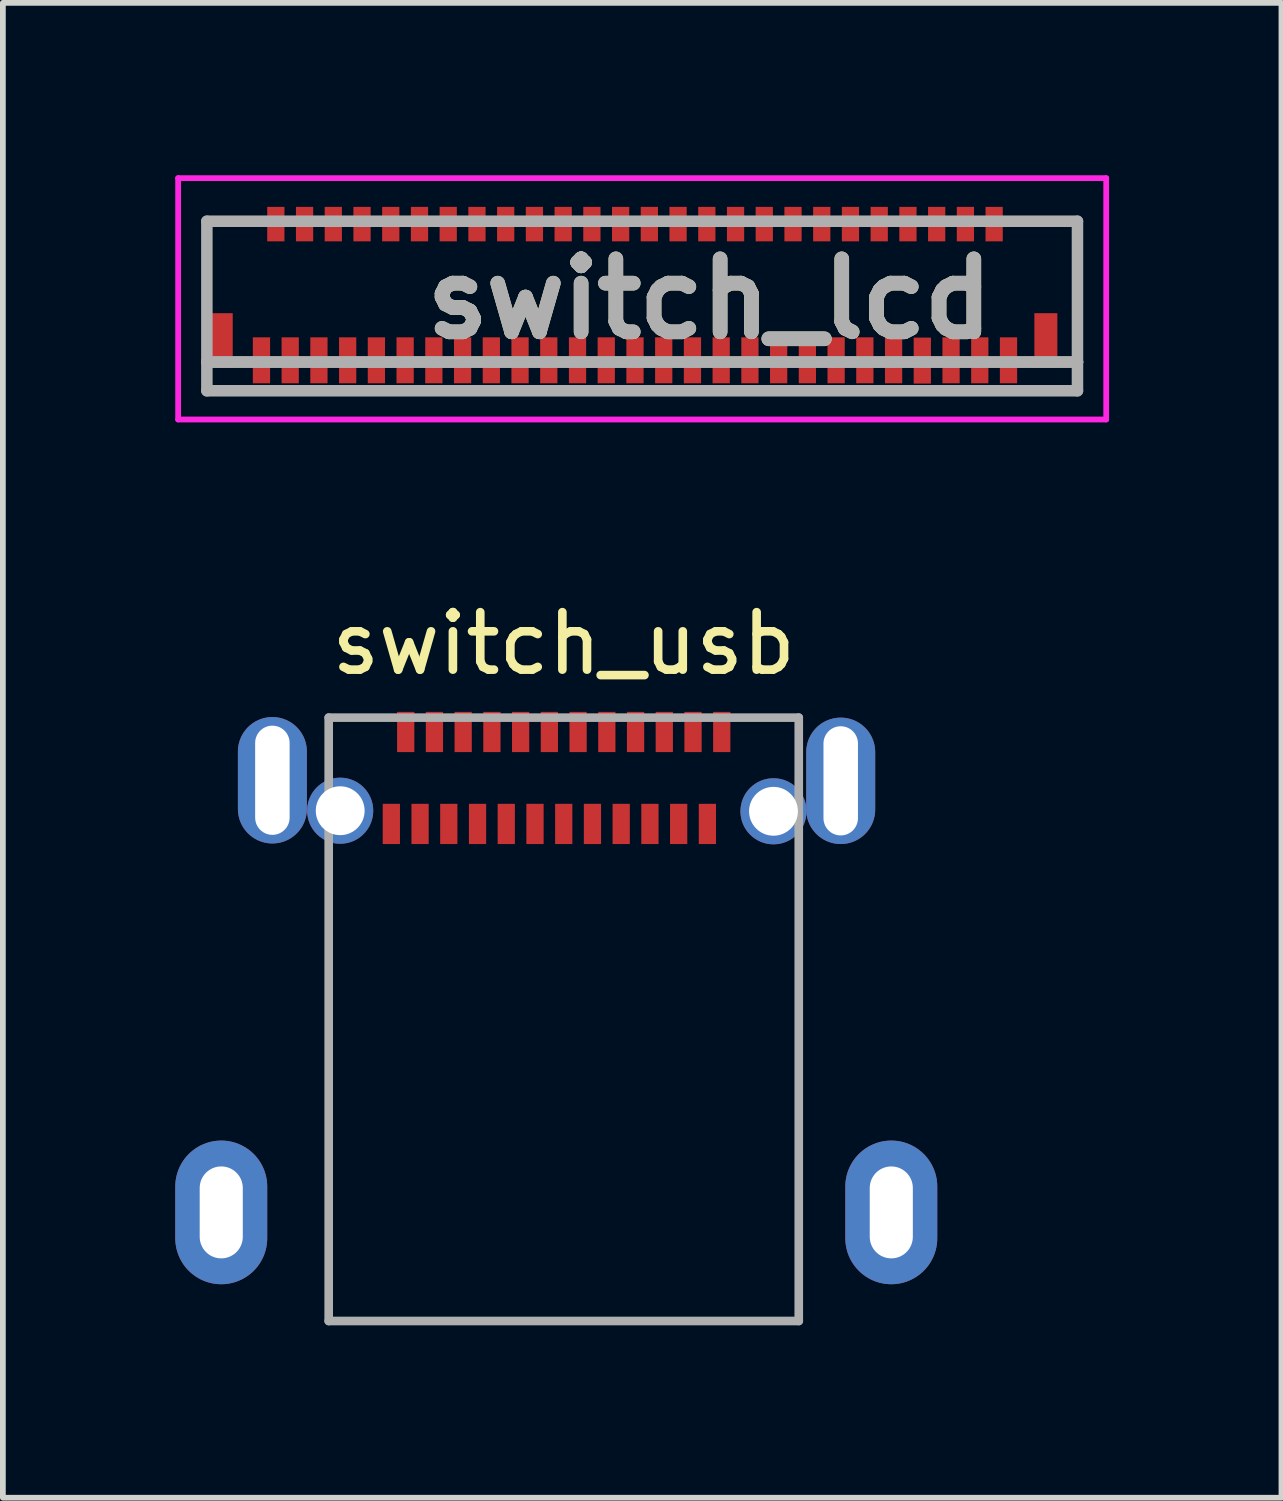
<source format=kicad_pcb>
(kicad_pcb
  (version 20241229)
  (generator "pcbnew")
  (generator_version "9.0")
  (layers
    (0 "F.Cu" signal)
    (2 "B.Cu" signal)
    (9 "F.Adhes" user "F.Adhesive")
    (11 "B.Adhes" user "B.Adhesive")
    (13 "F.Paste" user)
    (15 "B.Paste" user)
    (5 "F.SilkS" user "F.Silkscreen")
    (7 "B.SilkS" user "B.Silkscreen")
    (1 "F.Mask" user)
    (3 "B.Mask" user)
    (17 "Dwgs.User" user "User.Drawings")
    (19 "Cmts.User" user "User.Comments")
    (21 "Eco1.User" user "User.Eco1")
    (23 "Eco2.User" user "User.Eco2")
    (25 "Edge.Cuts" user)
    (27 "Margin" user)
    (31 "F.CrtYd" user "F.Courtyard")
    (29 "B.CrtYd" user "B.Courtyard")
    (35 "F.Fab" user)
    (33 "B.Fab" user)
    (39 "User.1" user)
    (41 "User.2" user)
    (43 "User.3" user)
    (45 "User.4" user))
  (footprint "switch_lcd"
    (layer "F.Cu")
    (at 9.3 2.275)
    (property "Reference" "switch_lcd" (at 0 -0.125 0) (layer "F.SilkS") (effects (font (size 1.27 1.27) (thickness 0.254))))
    (attr smd)
    (fp_line (start -8.75 -1.475) (end -8.75 0.025) (stroke (width 0.1) (type solid)) (layer "F.SilkS"))
    (fp_line (start -8 -1.475) (end -8.75 -1.475) (stroke (width 0.1) (type solid)) (layer "F.SilkS"))
    (fp_line (start -9.25 -2.225) (end 6.9 -2.225) (stroke (width 0.1) (type solid)) (layer "F.CrtYd"))
    (fp_line (start -9.25 1.975) (end -9.25 -2.225) (stroke (width 0.1) (type solid)) (layer "F.CrtYd"))
    (fp_line (start 6.9 -2.225) (end 6.9 1.975) (stroke (width 0.1) (type solid)) (layer "F.CrtYd"))
    (fp_line (start 6.9 1.975) (end -9.25 1.975) (stroke (width 0.1) (type solid)) (layer "F.CrtYd"))
    (fp_line (start -8.75 -1.475) (end 6.4 -1.475) (stroke (width 0.2) (type solid)) (layer "F.Fab"))
    (fp_line (start -8.75 0.975) (end -8.75 -1.475) (stroke (width 0.2) (type solid)) (layer "F.Fab"))
    (fp_line (start -8.75 0.975) (end 6.4 0.975) (stroke (width 0.2) (type solid)) (layer "F.Fab"))
    (fp_line (start -8.75 1.475) (end -8.75 0.975) (stroke (width 0.2) (type solid)) (layer "F.Fab"))
    (fp_line (start 6.4 -1.475) (end 6.4 0.975) (stroke (width 0.2) (type solid)) (layer "F.Fab"))
    (fp_line (start 6.4 0.975) (end -8.75 0.975) (stroke (width 0.2) (type solid)) (layer "F.Fab"))
    (fp_line (start 6.4 0.975) (end 6.4 1.475) (stroke (width 0.2) (type solid)) (layer "F.Fab"))
    (fp_line (start 6.4 1.475) (end -8.75 1.475) (stroke (width 0.2) (type solid)) (layer "F.Fab"))
    (fp_text user "${REFERENCE}" (at 0 -0.125 0) (layer "F.Fab") (effects (font (size 1.27 1.27) (thickness 0.254))))
    (pad "1" smd rect (at -7.8 0.945) (size 0.3 0.8) (layers "F.Cu" "F.Mask" "F.Paste"))
    (pad "2" smd rect (at -7.55 -1.425) (size 0.3 0.6) (layers "F.Cu" "F.Mask" "F.Paste"))
    (pad "3" smd rect (at -7.3 0.945) (size 0.3 0.8) (layers "F.Cu" "F.Mask" "F.Paste"))
    (pad "4" smd rect (at -7.05 -1.425) (size 0.3 0.6) (layers "F.Cu" "F.Mask" "F.Paste"))
    (pad "5" smd rect (at -6.8 0.945) (size 0.3 0.8) (layers "F.Cu" "F.Mask" "F.Paste"))
    (pad "6" smd rect (at -6.55 -1.425) (size 0.3 0.6) (layers "F.Cu" "F.Mask" "F.Paste"))
    (pad "7" smd rect (at -6.3 0.945) (size 0.3 0.8) (layers "F.Cu" "F.Mask" "F.Paste"))
    (pad "8" smd rect (at -6.05 -1.425) (size 0.3 0.6) (layers "F.Cu" "F.Mask" "F.Paste"))
    (pad "9" smd rect (at -5.8 0.945) (size 0.3 0.8) (layers "F.Cu" "F.Mask" "F.Paste"))
    (pad "10" smd rect (at -5.55 -1.425) (size 0.3 0.6) (layers "F.Cu" "F.Mask" "F.Paste"))
    (pad "11" smd rect (at -5.3 0.945) (size 0.3 0.8) (layers "F.Cu" "F.Mask" "F.Paste"))
    (pad "12" smd rect (at -5.05 -1.425) (size 0.3 0.6) (layers "F.Cu" "F.Mask" "F.Paste"))
    (pad "13" smd rect (at -4.8 0.945) (size 0.3 0.8) (layers "F.Cu" "F.Mask" "F.Paste"))
    (pad "14" smd rect (at -4.55 -1.425) (size 0.3 0.6) (layers "F.Cu" "F.Mask" "F.Paste"))
    (pad "15" smd rect (at -4.3 0.945) (size 0.3 0.8) (layers "F.Cu" "F.Mask" "F.Paste"))
    (pad "16" smd rect (at -4.05 -1.425) (size 0.3 0.6) (layers "F.Cu" "F.Mask" "F.Paste"))
    (pad "17" smd rect (at -3.8 0.945) (size 0.3 0.8) (layers "F.Cu" "F.Mask" "F.Paste"))
    (pad "18" smd rect (at -3.55 -1.425) (size 0.3 0.6) (layers "F.Cu" "F.Mask" "F.Paste"))
    (pad "19" smd rect (at -3.3 0.945) (size 0.3 0.8) (layers "F.Cu" "F.Mask" "F.Paste"))
    (pad "20" smd rect (at -3.05 -1.425) (size 0.3 0.6) (layers "F.Cu" "F.Mask" "F.Paste"))
    (pad "21" smd rect (at -2.8 0.945) (size 0.3 0.8) (layers "F.Cu" "F.Mask" "F.Paste"))
    (pad "22" smd rect (at -2.55 -1.425) (size 0.3 0.6) (layers "F.Cu" "F.Mask" "F.Paste"))
    (pad "23" smd rect (at -2.3 0.945) (size 0.3 0.8) (layers "F.Cu" "F.Mask" "F.Paste"))
    (pad "24" smd rect (at -2.05 -1.425) (size 0.3 0.6) (layers "F.Cu" "F.Mask" "F.Paste"))
    (pad "25" smd rect (at -1.8 0.945) (size 0.3 0.8) (layers "F.Cu" "F.Mask" "F.Paste"))
    (pad "26" smd rect (at -1.55 -1.425) (size 0.3 0.6) (layers "F.Cu" "F.Mask" "F.Paste"))
    (pad "27" smd rect (at -1.3 0.945) (size 0.3 0.8) (layers "F.Cu" "F.Mask" "F.Paste"))
    (pad "28" smd rect (at -1.05 -1.425) (size 0.3 0.6) (layers "F.Cu" "F.Mask" "F.Paste"))
    (pad "29" smd rect (at -0.8 0.945) (size 0.3 0.8) (layers "F.Cu" "F.Mask" "F.Paste"))
    (pad "30" smd rect (at -0.55 -1.425) (size 0.3 0.6) (layers "F.Cu" "F.Mask" "F.Paste"))
    (pad "31" smd rect (at -0.3 0.945) (size 0.3 0.8) (layers "F.Cu" "F.Mask" "F.Paste"))
    (pad "32" smd rect (at -0.05 -1.425) (size 0.3 0.6) (layers "F.Cu" "F.Mask" "F.Paste"))
    (pad "33" smd rect (at 0.2 0.945) (size 0.3 0.8) (layers "F.Cu" "F.Mask" "F.Paste"))
    (pad "34" smd rect (at 0.45 -1.425) (size 0.3 0.6) (layers "F.Cu" "F.Mask" "F.Paste"))
    (pad "35" smd rect (at 0.7 0.945) (size 0.3 0.8) (layers "F.Cu" "F.Mask" "F.Paste"))
    (pad "36" smd rect (at 0.95 -1.425) (size 0.3 0.6) (layers "F.Cu" "F.Mask" "F.Paste"))
    (pad "37" smd rect (at 1.2 0.945) (size 0.3 0.8) (layers "F.Cu" "F.Mask" "F.Paste"))
    (pad "38" smd rect (at 1.45 -1.425) (size 0.3 0.6) (layers "F.Cu" "F.Mask" "F.Paste"))
    (pad "39" smd rect (at 1.7 0.945) (size 0.3 0.8) (layers "F.Cu" "F.Mask" "F.Paste"))
    (pad "40" smd rect (at 1.95 -1.425) (size 0.3 0.6) (layers "F.Cu" "F.Mask" "F.Paste"))
    (pad "41" smd rect (at 2.2 0.945) (size 0.3 0.8) (layers "F.Cu" "F.Mask" "F.Paste"))
    (pad "42" smd rect (at 2.45 -1.425) (size 0.3 0.6) (layers "F.Cu" "F.Mask" "F.Paste"))
    (pad "43" smd rect (at 2.7 0.945) (size 0.3 0.8) (layers "F.Cu" "F.Mask" "F.Paste"))
    (pad "44" smd rect (at 2.95 -1.425) (size 0.3 0.6) (layers "F.Cu" "F.Mask" "F.Paste"))
    (pad "45" smd rect (at 3.2 0.945) (size 0.3 0.8) (layers "F.Cu" "F.Mask" "F.Paste"))
    (pad "46" smd rect (at 3.45 -1.425) (size 0.3 0.6) (layers "F.Cu" "F.Mask" "F.Paste"))
    (pad "47" smd rect (at 3.7 0.95) (size 0.3 0.8) (layers "F.Cu" "F.Mask" "F.Paste"))
    (pad "48" smd rect (at 3.95 -1.425) (size 0.3 0.6) (layers "F.Cu" "F.Mask" "F.Paste"))
    (pad "49" smd rect (at 4.2 0.945) (size 0.3 0.8) (layers "F.Cu" "F.Mask" "F.Paste"))
    (pad "50" smd rect (at 4.45 -1.425) (size 0.3 0.6) (layers "F.Cu" "F.Mask" "F.Paste"))
    (pad "51" smd rect (at 4.7 0.945) (size 0.3 0.8) (layers "F.Cu" "F.Mask" "F.Paste"))
    (pad "52" smd rect (at 4.95 -1.425) (size 0.3 0.6) (layers "F.Cu" "F.Mask" "F.Paste"))
    (pad "53" smd rect (at 5.2 0.945) (size 0.3 0.8) (layers "F.Cu" "F.Mask" "F.Paste"))
    (pad "MP1" smd rect (at -8.5 0.6) (size 0.4 0.95) (layers "F.Cu" "F.Mask" "F.Paste"))
    (pad "MP2" smd rect (at 5.85 0.6) (size 0.4 0.95) (layers "F.Cu" "F.Mask" "F.Paste")))
  (footprint "switch_usb"
    (layer "F.Cu")
    (at 6.76 10.348)
    (property "Reference" "switch_usb" (at 0 -2.2 0) (layer "F.SilkS") (effects (font (size 1 1) (thickness 0.15))))
    (attr smd)
    (fp_line (start -4.09 -0.91) (end 4.09 -0.91) (stroke (width 0.15) (type solid)) (layer "F.Fab"))
    (fp_line (start -4.09 9.59) (end -4.09 -0.91) (stroke (width 0.15) (type solid)) (layer "F.Fab"))
    (fp_line (start -4.09 9.59) (end 4.09 9.59) (stroke (width 0.15) (type solid)) (layer "F.Fab"))
    (fp_line (start 4.09 9.59) (end 4.09 -0.91) (stroke (width 0.15) (type solid)) (layer "F.Fab"))
    (pad "A1" smd rect (at -2.75 -0.66) (size 0.3 0.7) (layers "F.Cu" "F.Mask" "F.Paste"))
    (pad "A2" smd rect (at -2.25 -0.66) (size 0.3 0.7) (layers "F.Cu" "F.Mask" "F.Paste"))
    (pad "A3" smd rect (at -1.75 -0.66) (size 0.3 0.7) (layers "F.Cu" "F.Mask" "F.Paste"))
    (pad "A4" smd rect (at -1.25 -0.66) (size 0.3 0.7) (layers "F.Cu" "F.Mask" "F.Paste"))
    (pad "A5" smd rect (at -0.75 -0.66) (size 0.3 0.7) (layers "F.Cu" "F.Mask" "F.Paste"))
    (pad "A6" smd rect (at -0.25 -0.66) (size 0.3 0.7) (layers "F.Cu" "F.Mask" "F.Paste"))
    (pad "A7" smd rect (at 0.25 -0.66) (size 0.3 0.7) (layers "F.Cu" "F.Mask" "F.Paste"))
    (pad "A8" smd rect (at 0.75 -0.66) (size 0.3 0.7) (layers "F.Cu" "F.Mask" "F.Paste"))
    (pad "A9" smd rect (at 1.25 -0.66) (size 0.3 0.7) (layers "F.Cu" "F.Mask" "F.Paste"))
    (pad "A10" smd rect (at 1.75 -0.66) (size 0.3 0.7) (layers "F.Cu" "F.Mask" "F.Paste"))
    (pad "A11" smd rect (at 2.25 -0.66) (size 0.3 0.7) (layers "F.Cu" "F.Mask" "F.Paste"))
    (pad "A12" smd rect (at 2.75 -0.66) (size 0.3 0.7) (layers "F.Cu" "F.Mask" "F.Paste"))
    (pad "B1" smd rect (at 2.5 0.94) (size 0.3 0.7) (layers "F.Cu" "F.Mask" "F.Paste"))
    (pad "B2" smd rect (at 2 0.94) (size 0.3 0.7) (layers "F.Cu" "F.Mask" "F.Paste"))
    (pad "B3" smd rect (at 1.5 0.94) (size 0.3 0.7) (layers "F.Cu" "F.Mask" "F.Paste"))
    (pad "B4" smd rect (at 1 0.94) (size 0.3 0.7) (layers "F.Cu" "F.Mask" "F.Paste"))
    (pad "B5" smd rect (at 0.5 0.94) (size 0.3 0.7) (layers "F.Cu" "F.Mask" "F.Paste"))
    (pad "B6" smd rect (at 0 0.94) (size 0.3 0.7) (layers "F.Cu" "F.Mask" "F.Paste"))
    (pad "B7" smd rect (at -0.5 0.94) (size 0.3 0.7) (layers "F.Cu" "F.Mask" "F.Paste"))
    (pad "B8" smd rect (at -1 0.94) (size 0.3 0.7) (layers "F.Cu" "F.Mask" "F.Paste"))
    (pad "B9" smd rect (at -1.5 0.94) (size 0.3 0.7) (layers "F.Cu" "F.Mask" "F.Paste"))
    (pad "B10" smd rect (at -2 0.94) (size 0.3 0.7) (layers "F.Cu" "F.Mask" "F.Paste"))
    (pad "B11" smd rect (at -2.5 0.94) (size 0.3 0.7) (layers "F.Cu" "F.Mask" "F.Paste"))
    (pad "B12" smd rect (at -3 0.94) (size 0.3 0.7) (layers "F.Cu" "F.Mask" "F.Paste"))
    (pad "S1" thru_hole oval (at -5.96 7.7) (size 1.6 2.5) (drill oval 0.75 1.6) (layers "*.Cu" "B.Mask"))
    (pad "S1" thru_hole oval (at -5.07 0.18) (size 1.2 2.2) (drill oval 0.6 1.9) (layers "*.Cu" "B.Mask"))
    (pad "S1" thru_hole circle (at -3.89 0.71) (size 1.15 1.15) (drill 0.85) (layers "*.Cu" "B.Mask"))
    (pad "S1" thru_hole circle (at 3.65 0.72) (size 1.15 1.15) (drill 0.85) (layers "*.Cu" "B.Mask"))
    (pad "S1" thru_hole oval (at 4.82 0.19) (size 1.2 2.2) (drill oval 0.6 1.9) (layers "*.Cu" "B.Mask"))
    (pad "S1" thru_hole oval (at 5.7 7.7) (size 1.6 2.5) (drill oval 0.75 1.6) (layers "*.Cu" "B.Mask")))
  (gr_rect
    (start -3 -3)
    (end 19.25 23.013)
    (stroke (width 0.1) (type default))
    (fill no)
    (layer "Edge.Cuts")))
</source>
